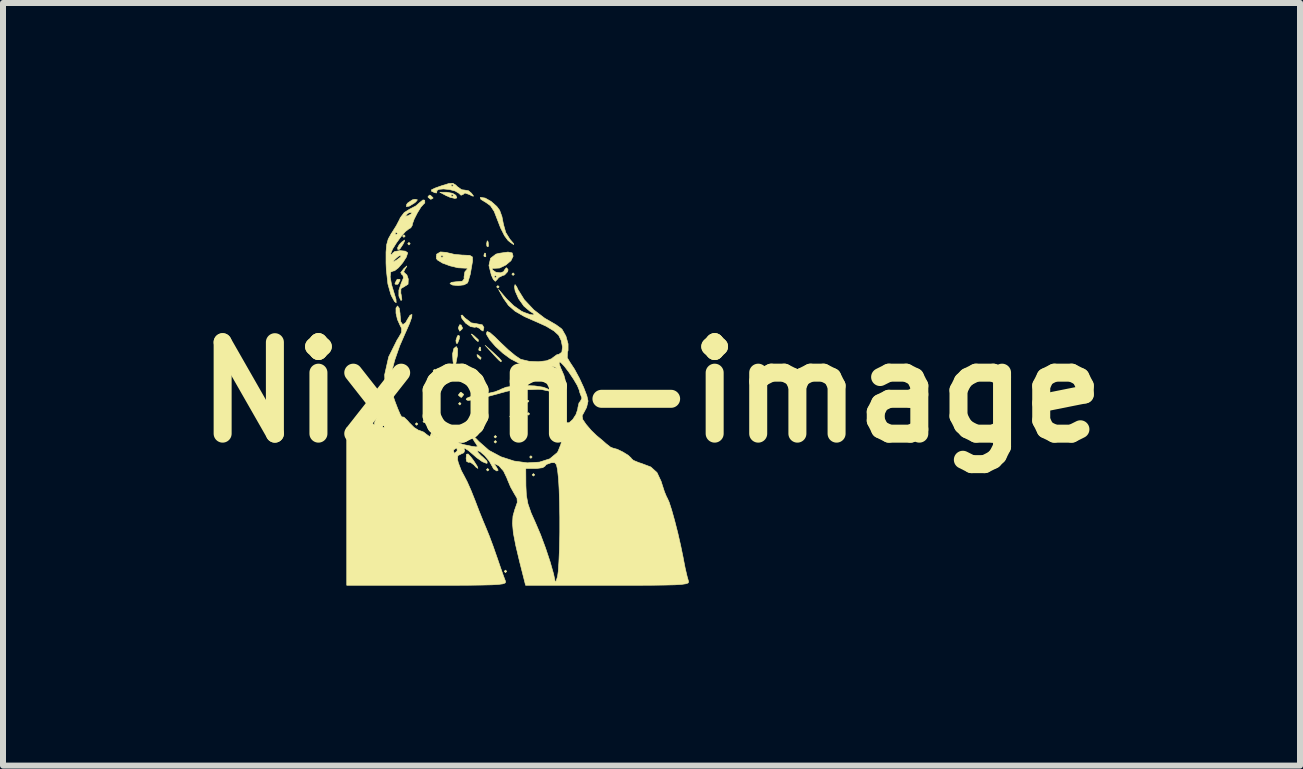
<source format=kicad_pcb>
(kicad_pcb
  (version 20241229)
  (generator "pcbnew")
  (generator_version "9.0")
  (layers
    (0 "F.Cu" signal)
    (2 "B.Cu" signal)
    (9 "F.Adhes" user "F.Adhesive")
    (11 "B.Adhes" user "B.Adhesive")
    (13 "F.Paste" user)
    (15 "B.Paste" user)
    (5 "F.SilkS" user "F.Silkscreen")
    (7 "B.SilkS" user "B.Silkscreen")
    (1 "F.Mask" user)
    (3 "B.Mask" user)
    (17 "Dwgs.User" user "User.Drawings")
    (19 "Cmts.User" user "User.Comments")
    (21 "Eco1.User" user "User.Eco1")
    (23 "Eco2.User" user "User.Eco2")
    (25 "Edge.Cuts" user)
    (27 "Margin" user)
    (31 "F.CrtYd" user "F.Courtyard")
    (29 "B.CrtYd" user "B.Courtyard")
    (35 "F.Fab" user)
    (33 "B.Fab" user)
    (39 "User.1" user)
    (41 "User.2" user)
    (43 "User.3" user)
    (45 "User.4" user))
  (footprint "Nixon-image"
    (layer "F.Cu")
    (at 7.809 3.488)
    (property "Reference" "Nixon-image" (at 0 0 0) (layer "F.SilkS") (effects (font (size 1.524 1.524) (thickness 0.3))))
    (attr through_hole)
    (fp_poly (pts (xy -4.106 -2.603) (xy -4.128 -2.582) (xy -4.149 -2.603) (xy -4.128 -2.625) (xy -4.106 -2.603)) (stroke (width 0.01) (type solid)) (fill yes) (layer "F.SilkS"))
    (fp_poly (pts (xy -4.022 -2.477) (xy -4.043 -2.455) (xy -4.064 -2.477) (xy -4.043 -2.498) (xy -4.022 -2.477)) (stroke (width 0.01) (type solid)) (fill yes) (layer "F.SilkS"))
    (fp_poly (pts (xy -3.895 0.529) (xy -3.916 0.55) (xy -3.937 0.529) (xy -3.916 0.508) (xy -3.895 0.529)) (stroke (width 0.01) (type solid)) (fill yes) (layer "F.SilkS"))
    (fp_poly (pts (xy -3.768 0.487) (xy -3.789 0.508) (xy -3.81 0.487) (xy -3.789 0.466) (xy -3.768 0.487)) (stroke (width 0.01) (type solid)) (fill yes) (layer "F.SilkS"))
    (fp_poly (pts (xy -3.598 -0.36) (xy -3.619 -0.339) (xy -3.641 -0.36) (xy -3.619 -0.381) (xy -3.598 -0.36)) (stroke (width 0.01) (type solid)) (fill yes) (layer "F.SilkS"))
    (fp_poly (pts (xy -3.175 0.191) (xy -3.196 0.212) (xy -3.217 0.191) (xy -3.196 0.169) (xy -3.175 0.191)) (stroke (width 0.01) (type solid)) (fill yes) (layer "F.SilkS"))
    (fp_poly (pts (xy -2.709 1.291) (xy -2.731 1.312) (xy -2.752 1.291) (xy -2.731 1.27) (xy -2.709 1.291)) (stroke (width 0.01) (type solid)) (fill yes) (layer "F.SilkS"))
    (fp_poly (pts (xy -2.582 0.741) (xy -2.603 0.762) (xy -2.625 0.741) (xy -2.603 0.72) (xy -2.582 0.741)) (stroke (width 0.01) (type solid)) (fill yes) (layer "F.SilkS"))
    (fp_poly (pts (xy -2.582 0.826) (xy -2.603 0.847) (xy -2.625 0.826) (xy -2.603 0.804) (xy -2.582 0.826)) (stroke (width 0.01) (type solid)) (fill yes) (layer "F.SilkS"))
    (fp_poly (pts (xy -2.54 -1.757) (xy -2.561 -1.736) (xy -2.582 -1.757) (xy -2.561 -1.778) (xy -2.54 -1.757)) (stroke (width 0.01) (type solid)) (fill yes) (layer "F.SilkS"))
    (fp_poly (pts (xy -2.413 2.985) (xy -2.434 3.006) (xy -2.455 2.985) (xy -2.434 2.963) (xy -2.413 2.985)) (stroke (width 0.01) (type solid)) (fill yes) (layer "F.SilkS"))
    (fp_poly (pts (xy -2.286 -1.968) (xy -2.307 -1.947) (xy -2.328 -1.968) (xy -2.307 -1.99) (xy -2.286 -1.968)) (stroke (width 0.01) (type solid)) (fill yes) (layer "F.SilkS"))
    (fp_poly (pts (xy -2.032 0.36) (xy -2.053 0.381) (xy -2.074 0.36) (xy -2.053 0.339) (xy -2.032 0.36)) (stroke (width 0.01) (type solid)) (fill yes) (layer "F.SilkS"))
    (fp_poly (pts (xy -1.99 1.079) (xy -2.011 1.101) (xy -2.032 1.079) (xy -2.011 1.058) (xy -1.99 1.079)) (stroke (width 0.01) (type solid)) (fill yes) (layer "F.SilkS"))
    (fp_poly (pts (xy -1.947 -0.36) (xy -1.968 -0.339) (xy -1.99 -0.36) (xy -1.968 -0.381) (xy -1.947 -0.36)) (stroke (width 0.01) (type solid)) (fill yes) (layer "F.SilkS"))
    (fp_poly (pts (xy -1.947 1.376) (xy -1.968 1.397) (xy -1.99 1.376) (xy -1.968 1.355) (xy -1.947 1.376)) (stroke (width 0.01) (type solid)) (fill yes) (layer "F.SilkS"))
    (fp_poly (pts (xy -1.82 -0.275) (xy -1.841 -0.254) (xy -1.863 -0.275) (xy -1.841 -0.296) (xy -1.82 -0.275)) (stroke (width 0.01) (type solid)) (fill yes) (layer "F.SilkS"))
    (fp_poly (pts (xy -2.85 -0.748) (xy -2.845 -0.698) (xy -2.85 -0.691) (xy -2.876 -0.697) (xy -2.879 -0.72) (xy -2.863 -0.755) (xy -2.85 -0.748)) (stroke (width 0.01) (type solid)) (fill yes) (layer "F.SilkS"))
    (fp_poly (pts (xy -2.766 -2.314) (xy -2.761 -2.264) (xy -2.766 -2.258) (xy -2.791 -2.264) (xy -2.794 -2.286) (xy -2.779 -2.321) (xy -2.766 -2.314)) (stroke (width 0.01) (type solid)) (fill yes) (layer "F.SilkS"))
    (fp_poly (pts (xy -2.723 -2.506) (xy -2.718 -2.439) (xy -2.726 -2.424) (xy -2.745 -2.437) (xy -2.748 -2.48) (xy -2.738 -2.525) (xy -2.723 -2.506)) (stroke (width 0.01) (type solid)) (fill yes) (layer "F.SilkS"))
    (fp_poly (pts (xy -2.3 0.395) (xy -2.306 0.42) (xy -2.328 0.423) (xy -2.363 0.408) (xy -2.357 0.395) (xy -2.306 0.39) (xy -2.3 0.395)) (stroke (width 0.01) (type solid)) (fill yes) (layer "F.SilkS"))
    (fp_poly (pts (xy -2.173 0.353) (xy -2.168 0.403) (xy -2.173 0.409) (xy -2.198 0.403) (xy -2.201 0.381) (xy -2.186 0.346) (xy -2.173 0.353)) (stroke (width 0.01) (type solid)) (fill yes) (layer "F.SilkS"))
    (fp_poly (pts (xy -2.043 0.144) (xy -2.056 0.163) (xy -2.099 0.166) (xy -2.144 0.156) (xy -2.125 0.14) (xy -2.058 0.135) (xy -2.043 0.144)) (stroke (width 0.01) (type solid)) (fill yes) (layer "F.SilkS"))
    (fp_poly (pts (xy -3.2 -0.937) (xy -3.205 -0.889) (xy -3.233 -0.816) (xy -3.254 -0.817) (xy -3.26 -0.865) (xy -3.236 -0.936) (xy -3.221 -0.95) (xy -3.2 -0.937)) (stroke (width 0.01) (type solid)) (fill yes) (layer "F.SilkS"))
    (fp_poly (pts (xy -3.174 -1.121) (xy -3.15 -1.071) (xy -3.156 -1.055) (xy -3.197 -1.018) (xy -3.217 -1.061) (xy -3.217 -1.082) (xy -3.197 -1.126) (xy -3.174 -1.121)) (stroke (width 0.01) (type solid)) (fill yes) (layer "F.SilkS"))
    (fp_poly (pts (xy -2.885 -0.618) (xy -2.84 -0.575) (xy -2.849 -0.551) (xy -2.855 -0.55) (xy -2.891 -0.58) (xy -2.904 -0.599) (xy -2.909 -0.628) (xy -2.885 -0.618)) (stroke (width 0.01) (type solid)) (fill yes) (layer "F.SilkS"))
    (fp_poly (pts (xy -4.194 -1.882) (xy -4.191 -1.868) (xy -4.222 -1.808) (xy -4.233 -1.799) (xy -4.272 -1.801) (xy -4.276 -1.815) (xy -4.245 -1.875) (xy -4.233 -1.884) (xy -4.194 -1.882)) (stroke (width 0.01) (type solid)) (fill yes) (layer "F.SilkS"))
    (fp_poly (pts (xy -4.119 -2.513) (xy -4.143 -2.466) (xy -4.196 -2.386) (xy -4.227 -2.377) (xy -4.233 -2.408) (xy -4.204 -2.462) (xy -4.163 -2.503) (xy -4.116 -2.537) (xy -4.119 -2.513)) (stroke (width 0.01) (type solid)) (fill yes) (layer "F.SilkS"))
    (fp_poly (pts (xy -3.683 -3.281) (xy -3.643 -3.243) (xy -3.641 -3.236) (xy -3.673 -3.218) (xy -3.683 -3.217) (xy -3.724 -3.25) (xy -3.725 -3.262) (xy -3.699 -3.287) (xy -3.683 -3.281)) (stroke (width 0.01) (type solid)) (fill yes) (layer "F.SilkS"))
    (fp_poly (pts (xy -3.556 0.529) (xy -3.516 0.567) (xy -3.514 0.574) (xy -3.546 0.592) (xy -3.556 0.593) (xy -3.597 0.56) (xy -3.598 0.548) (xy -3.572 0.523) (xy -3.556 0.529)) (stroke (width 0.01) (type solid)) (fill yes) (layer "F.SilkS"))
    (fp_poly (pts (xy -3.27 -0.354) (xy -3.26 -0.339) (xy -3.22 -0.251) (xy -3.245 -0.213) (xy -3.26 -0.212) (xy -3.292 -0.248) (xy -3.301 -0.307) (xy -3.295 -0.369) (xy -3.27 -0.354)) (stroke (width 0.01) (type solid)) (fill yes) (layer "F.SilkS"))
    (fp_poly (pts (xy -3.134 0.032) (xy -3.133 0.042) (xy -3.165 0.083) (xy -3.175 0.085) (xy -3.216 0.052) (xy -3.217 0.042) (xy -3.185 0.001) (xy -3.175 0) (xy -3.134 0.032)) (stroke (width 0.01) (type solid)) (fill yes) (layer "F.SilkS"))
    (fp_poly (pts (xy -2.983 -0.96) (xy -2.953 -0.937) (xy -2.887 -0.875) (xy -2.887 -0.847) (xy -2.895 -0.847) (xy -2.93 -0.876) (xy -2.969 -0.921) (xy -3.005 -0.971) (xy -2.983 -0.96)) (stroke (width 0.01) (type solid)) (fill yes) (layer "F.SilkS"))
    (fp_poly (pts (xy -3.902 -3.207) (xy -3.928 -3.174) (xy -3.956 -3.152) (xy -4.039 -3.102) (xy -4.086 -3.095) (xy -4.081 -3.131) (xy -4.064 -3.154) (xy -3.986 -3.207) (xy -3.942 -3.216) (xy -3.902 -3.207)) (stroke (width 0.01) (type solid)) (fill yes) (layer "F.SilkS"))
    (fp_poly (pts (xy -2.635 -0.659) (xy -2.539 -0.569) (xy -2.5 -0.522) (xy -2.51 -0.508) (xy -2.511 -0.508) (xy -2.545 -0.536) (xy -2.614 -0.608) (xy -2.648 -0.646) (xy -2.773 -0.783) (xy -2.635 -0.659)) (stroke (width 0.01) (type solid)) (fill yes) (layer "F.SilkS"))
    (fp_poly (pts (xy -3.232 -0.725) (xy -3.234 -0.628) (xy -3.237 -0.606) (xy -3.261 -0.481) (xy -3.281 -0.438) (xy -3.3 -0.474) (xy -3.309 -0.517) (xy -3.316 -0.641) (xy -3.294 -0.731) (xy -3.254 -0.762) (xy -3.232 -0.725)) (stroke (width 0.01) (type solid)) (fill yes) (layer "F.SilkS"))
    (fp_poly (pts (xy -3.001 1.092) (xy -2.963 1.143) (xy -2.907 1.231) (xy -2.894 1.269) (xy -2.924 1.25) (xy -2.963 1.207) (xy -3.023 1.165) (xy -3.053 1.167) (xy -3.082 1.152) (xy -3.09 1.103) (xy -3.084 1.033) (xy -3.057 1.028) (xy -3.001 1.092)) (stroke (width 0.01) (type solid)) (fill yes) (layer "F.SilkS"))
    (fp_poly (pts (xy -3.316 -3.316) (xy -3.261 -3.283) (xy -3.245 -3.239) (xy -3.278 -3.231) (xy -3.359 -3.25) (xy -3.428 -3.281) (xy -3.344 -3.281) (xy -3.323 -3.26) (xy -3.302 -3.281) (xy -3.323 -3.302) (xy -3.344 -3.281) (xy -3.428 -3.281) (xy -3.432 -3.283) (xy -3.528 -3.334) (xy -3.416 -3.334) (xy -3.316 -3.316)) (stroke (width 0.01) (type solid)) (fill yes) (layer "F.SilkS"))
    (fp_poly (pts (xy -3.109 -1.237) (xy -3.005 -1.157) (xy -2.919 -1.143) (xy -2.82 -1.124) (xy -2.794 -1.079) (xy -2.808 -1.02) (xy -2.846 -1.042) (xy -2.859 -1.061) (xy -2.917 -1.089) (xy -2.947 -1.083) (xy -3.017 -1.095) (xy -3.099 -1.153) (xy -3.16 -1.23) (xy -3.175 -1.279) (xy -3.156 -1.288) (xy -3.109 -1.237)) (stroke (width 0.01) (type solid)) (fill yes) (layer "F.SilkS"))
    (fp_poly (pts (xy -4.083 -2.092) (xy -4.103 -2.064) (xy -4.131 -2.006) (xy -4.116 -1.99) (xy -4.077 -1.954) (xy -4.054 -1.887) (xy -4.058 -1.801) (xy -4.118 -1.763) (xy -4.177 -1.728) (xy -4.179 -1.652) (xy -4.174 -1.632) (xy -4.161 -1.546) (xy -4.175 -1.528) (xy -4.205 -1.587) (xy -4.211 -1.607) (xy -4.211 -1.7) (xy -4.174 -1.812) (xy -4.173 -1.815) (xy -4.134 -1.907) (xy -4.145 -1.952) (xy -4.16 -1.96) (xy -4.18 -1.994) (xy -4.13 -2.059) (xy -4.079 -2.105) (xy -4.083 -2.092)) (stroke (width 0.01) (type solid)) (fill yes) (layer "F.SilkS"))
    (fp_poly (pts (xy -2.773 -3.237) (xy -2.673 -3.18) (xy -2.579 -3.097) (xy -2.531 -3.032) (xy -2.493 -2.927) (xy -2.468 -2.798) (xy -2.467 -2.795) (xy -2.43 -2.663) (xy -2.362 -2.552) (xy -2.361 -2.551) (xy -2.299 -2.478) (xy -2.298 -2.461) (xy -2.357 -2.502) (xy -2.392 -2.531) (xy -2.45 -2.609) (xy -2.515 -2.738) (xy -2.561 -2.857) (xy -2.622 -3.014) (xy -2.685 -3.11) (xy -2.766 -3.168) (xy -2.772 -3.171) (xy -2.844 -3.215) (xy -2.855 -3.246) (xy -2.849 -3.248) (xy -2.773 -3.237)) (stroke (width 0.01) (type solid)) (fill yes) (layer "F.SilkS"))
    (fp_poly (pts (xy -1.946 -0.106) (xy -1.807 -0.085) (xy -1.743 -0.062) (xy -1.668 -0.018) (xy -1.666 -0.008) (xy -1.733 -0.026) (xy -1.736 -0.026) (xy -1.837 -0.047) (xy -1.894 -0.05) (xy -2.002 -0.045) (xy -2.134 -0.045) (xy -2.218 -0.05) (xy -2.29 -0.043) (xy -2.412 -0.016) (xy -2.504 0.009) (xy -2.768 0.081) (xy -2.953 0.123) (xy -3.06 0.136) (xy -3.09 0.122) (xy -3.077 0.098) (xy -3.027 0.077) (xy -2.924 0.053) (xy -2.755 0.024) (xy -2.731 0.02) (xy -2.609 -0.008) (xy -2.521 -0.043) (xy -2.508 -0.051) (xy -2.423 -0.085) (xy -2.282 -0.105) (xy -2.113 -0.113) (xy -1.946 -0.106)) (stroke (width 0.01) (type solid)) (fill yes) (layer "F.SilkS"))
    (fp_poly (pts (xy -3.262 -3.453) (xy -3.238 -3.428) (xy -3.165 -3.376) (xy -3.114 -3.37) (xy -3.049 -3.358) (xy -3.002 -3.318) (xy -2.966 -3.269) (xy -2.99 -3.272) (xy -3.034 -3.295) (xy -3.111 -3.322) (xy -3.141 -3.297) (xy -3.175 -3.284) (xy -3.213 -3.319) (xy -3.274 -3.355) (xy -3.367 -3.379) (xy -3.467 -3.389) (xy -3.547 -3.382) (xy -3.581 -3.358) (xy -3.577 -3.345) (xy -3.584 -3.321) (xy -3.617 -3.328) (xy -3.668 -3.352) (xy -3.668 -3.374) (xy -3.606 -3.404) (xy -3.496 -3.443) (xy -3.471 -3.45) (xy -3.344 -3.45) (xy -3.323 -3.429) (xy -3.302 -3.45) (xy -3.323 -3.471) (xy -3.344 -3.45) (xy -3.471 -3.45) (xy -3.379 -3.479) (xy -3.311 -3.483) (xy -3.262 -3.453)) (stroke (width 0.01) (type solid)) (fill yes) (layer "F.SilkS"))
    (fp_poly (pts (xy -2.323 -2.323) (xy -2.307 -2.268) (xy -2.343 -2.193) (xy -2.429 -2.121) (xy -2.532 -2.071) (xy -2.62 -2.066) (xy -2.621 -2.067) (xy -2.66 -2.066) (xy -2.65 -2.039) (xy -2.595 -2.001) (xy -2.519 -1.991) (xy -2.463 -2.011) (xy -2.455 -2.032) (xy -2.424 -2.073) (xy -2.414 -2.074) (xy -2.391 -2.043) (xy -2.398 -2.011) (xy -2.45 -1.955) (xy -2.479 -1.947) (xy -2.546 -1.914) (xy -2.573 -1.88) (xy -2.604 -1.849) (xy -2.637 -1.882) (xy -2.657 -1.926) (xy -2.625 -1.926) (xy -2.603 -1.905) (xy -2.582 -1.926) (xy -2.603 -1.947) (xy -2.625 -1.926) (xy -2.657 -1.926) (xy -2.67 -1.954) (xy -2.71 -2.113) (xy -2.683 -2.233) (xy -2.592 -2.303) (xy -2.54 -2.316) (xy -2.444 -2.33) (xy -2.392 -2.337) (xy -2.323 -2.323)) (stroke (width 0.01) (type solid)) (fill yes) (layer "F.SilkS"))
    (fp_poly (pts (xy -3.416 -2.331) (xy -3.398 -2.325) (xy -3.287 -2.299) (xy -3.149 -2.286) (xy -3.133 -2.286) (xy -3.028 -2.281) (xy -2.985 -2.255) (xy -2.983 -2.19) (xy -2.986 -2.17) (xy -3.021 -1.968) (xy -3.058 -1.843) (xy -3.069 -1.82) (xy -3.127 -1.79) (xy -3.223 -1.779) (xy -3.315 -1.787) (xy -3.359 -1.81) (xy -3.337 -1.832) (xy -3.256 -1.842) (xy -3.245 -1.842) (xy -3.153 -1.851) (xy -3.123 -1.89) (xy -3.125 -1.922) (xy -3.111 -2.007) (xy -3.083 -2.04) (xy -3.058 -2.068) (xy -3.111 -2.069) (xy -3.111 -2.069) (xy -3.224 -2.075) (xy -3.358 -2.107) (xy -3.483 -2.153) (xy -3.568 -2.205) (xy -3.586 -2.229) (xy -3.584 -2.265) (xy -3.514 -2.265) (xy -3.493 -2.244) (xy -3.471 -2.265) (xy -3.493 -2.286) (xy -3.514 -2.265) (xy -3.584 -2.265) (xy -3.582 -2.301) (xy -3.518 -2.339) (xy -3.416 -2.331)) (stroke (width 0.01) (type solid)) (fill yes) (layer "F.SilkS"))
    (fp_poly (pts (xy -3.78 -3.201) (xy -3.779 -3.155) (xy -3.795 -3.141) (xy -3.844 -3.086) (xy -3.903 -2.99) (xy -3.956 -2.886) (xy -3.986 -2.804) (xy -3.988 -2.782) (xy -4.013 -2.741) (xy -4.044 -2.724) (xy -4.102 -2.679) (xy -4.177 -2.593) (xy -4.253 -2.488) (xy -4.315 -2.389) (xy -4.345 -2.317) (xy -4.343 -2.297) (xy -4.319 -2.303) (xy -4.318 -2.315) (xy -4.281 -2.346) (xy -4.192 -2.361) (xy -4.191 -2.361) (xy -4.102 -2.352) (xy -4.064 -2.324) (xy -4.064 -2.323) (xy -4.088 -2.251) (xy -4.147 -2.159) (xy -4.219 -2.075) (xy -4.283 -2.025) (xy -4.307 -2.021) (xy -4.348 -2.004) (xy -4.356 -1.922) (xy -4.333 -1.792) (xy -4.297 -1.674) (xy -4.259 -1.549) (xy -4.256 -1.493) (xy -4.283 -1.512) (xy -4.335 -1.608) (xy -4.346 -1.634) (xy -4.394 -1.805) (xy -4.42 -2.042) (xy -4.425 -2.153) (xy -4.425 -2.174) (xy -4.314 -2.174) (xy -4.298 -2.175) (xy -4.246 -2.206) (xy -4.183 -2.254) (xy -4.173 -2.282) (xy -4.213 -2.271) (xy -4.266 -2.226) (xy -4.314 -2.174) (xy -4.425 -2.174) (xy -4.425 -2.337) (xy -4.414 -2.462) (xy -4.388 -2.554) (xy -4.341 -2.639) (xy -4.336 -2.646) (xy -4.276 -2.646) (xy -4.255 -2.625) (xy -4.233 -2.646) (xy -4.255 -2.667) (xy -4.276 -2.646) (xy -4.336 -2.646) (xy -4.328 -2.658) (xy -4.253 -2.778) (xy -4.196 -2.887) (xy -4.188 -2.908) (xy -4.169 -2.933) (xy -4.102 -2.933) (xy -4.06 -2.942) (xy -4.052 -2.945) (xy -4 -2.978) (xy -3.999 -2.997) (xy -4.044 -2.993) (xy -4.075 -2.969) (xy -4.102 -2.933) (xy -4.169 -2.933) (xy -4.121 -2.996) (xy -4.033 -3.051) (xy -3.928 -3.106) (xy -3.863 -3.163) (xy -3.809 -3.206) (xy -3.78 -3.201)) (stroke (width 0.01) (type solid)) (fill yes) (layer "F.SilkS"))
    (fp_poly (pts (xy -2.248 -1.759) (xy -2.225 -1.709) (xy -2.12 -1.541) (xy -1.962 -1.373) (xy -1.779 -1.233) (xy -1.71 -1.194) (xy -1.593 -1.126) (xy -1.505 -1.062) (xy -1.488 -1.044) (xy -1.427 -0.936) (xy -1.391 -0.807) (xy -1.391 -0.697) (xy -1.401 -0.668) (xy -1.405 -0.577) (xy -1.361 -0.502) (xy -1.284 -0.385) (xy -1.203 -0.235) (xy -1.131 -0.079) (xy -1.078 0.058) (xy -1.058 0.147) (xy -1.082 0.251) (xy -1.121 0.325) (xy -1.157 0.392) (xy -1.147 0.453) (xy -1.091 0.535) (xy -1.004 0.637) (xy -0.92 0.718) (xy -0.918 0.72) (xy -0.819 0.802) (xy -0.757 0.857) (xy -0.684 0.914) (xy -0.642 0.931) (xy -0.571 0.95) (xy -0.477 0.996) (xy -0.389 1.05) (xy -0.341 1.095) (xy -0.339 1.102) (xy -0.302 1.135) (xy -0.21 1.173) (xy -0.171 1.185) (xy -0.012 1.245) (xy 0.091 1.338) (xy 0.16 1.485) (xy 0.176 1.536) (xy 0.215 1.657) (xy 0.252 1.746) (xy 0.262 1.762) (xy 0.293 1.831) (xy 0.336 1.964) (xy 0.386 2.142) (xy 0.438 2.346) (xy 0.486 2.557) (xy 0.527 2.755) (xy 0.53 2.773) (xy 0.561 2.932) (xy 0.592 3.065) (xy 0.614 3.143) (xy 0.614 3.143) (xy 0.618 3.164) (xy 0.606 3.18) (xy 0.57 3.192) (xy 0.501 3.202) (xy 0.391 3.209) (xy 0.232 3.213) (xy 0.016 3.216) (xy -0.267 3.217) (xy -0.623 3.217) (xy -0.728 3.217) (xy -2.099 3.217) (xy -2.198 2.826) (xy -2.263 2.553) (xy -2.303 2.345) (xy -2.317 2.187) (xy -2.309 2.062) (xy -2.279 1.955) (xy -2.274 1.941) (xy -2.237 1.836) (xy -2.242 1.765) (xy -2.286 1.691) (xy -2.349 1.579) (xy -2.406 1.443) (xy -2.411 1.428) (xy -2.467 1.312) (xy -2.504 1.27) (xy -2.096 1.27) (xy -2.094 1.556) (xy -2.086 1.719) (xy -2.06 1.86) (xy -2.007 2.012) (xy -1.932 2.18) (xy -1.85 2.372) (xy -1.767 2.595) (xy -1.691 2.823) (xy -1.633 3.027) (xy -1.604 3.164) (xy -1.592 3.152) (xy -1.569 3.079) (xy -1.566 3.069) (xy -1.554 2.982) (xy -1.544 2.829) (xy -1.535 2.629) (xy -1.53 2.404) (xy -1.529 2.328) (xy -1.529 2.08) (xy -1.533 1.836) (xy -1.54 1.62) (xy -1.549 1.459) (xy -1.551 1.436) (xy -1.567 1.287) (xy -1.585 1.206) (xy -1.614 1.173) (xy -1.663 1.173) (xy -1.678 1.176) (xy -1.755 1.204) (xy -1.778 1.233) (xy -1.815 1.257) (xy -1.908 1.269) (xy -1.937 1.27) (xy -2.096 1.27) (xy -2.504 1.27) (xy -2.54 1.229) (xy -2.554 1.22) (xy -2.616 1.191) (xy -2.614 1.209) (xy -2.588 1.242) (xy -2.556 1.299) (xy -2.578 1.312) (xy -2.632 1.278) (xy -2.653 1.238) (xy -2.704 1.147) (xy -2.78 1.055) (xy -2.857 0.989) (xy -2.897 0.974) (xy -2.897 0.997) (xy -2.844 1.054) (xy -2.815 1.078) (xy -2.743 1.148) (xy -2.739 1.181) (xy -2.752 1.184) (xy -2.82 1.157) (xy -2.915 1.089) (xy -2.95 1.058) (xy -3.047 0.974) (xy -3.11 0.933) (xy -3.128 0.942) (xy -3.114 0.969) (xy -3.129 1.008) (xy -3.174 1.028) (xy -3.228 1.056) (xy -3.234 1.118) (xy -3.22 1.176) (xy -3.171 1.305) (xy -3.119 1.402) (xy -3.072 1.492) (xy -3.01 1.632) (xy -2.946 1.792) (xy -2.943 1.799) (xy -2.876 1.974) (xy -2.808 2.143) (xy -2.757 2.265) (xy -2.706 2.39) (xy -2.642 2.561) (xy -2.579 2.741) (xy -2.575 2.752) (xy -2.52 2.913) (xy -2.472 3.049) (xy -2.44 3.135) (xy -2.436 3.143) (xy -2.432 3.164) (xy -2.443 3.18) (xy -2.479 3.193) (xy -2.548 3.202) (xy -2.658 3.209) (xy -2.819 3.213) (xy -3.037 3.216) (xy -3.322 3.217) (xy -3.682 3.217) (xy -3.742 3.217) (xy -5.08 3.217) (xy -5.08 0.974) (xy -3.302 0.974) (xy -3.288 1.015) (xy -3.283 1.016) (xy -3.247 0.986) (xy -3.239 0.974) (xy -3.242 0.935) (xy -3.257 0.931) (xy -3.3 0.962) (xy -3.302 0.974) (xy -5.08 0.974) (xy -5.08 0.594) (xy -4.972 0.572) (xy -4.487 0.572) (xy -4.466 0.593) (xy -4.445 0.572) (xy -4.466 0.55) (xy -4.487 0.572) (xy -4.972 0.572) (xy -4.964 0.57) (xy -4.845 0.535) (xy -4.767 0.502) (xy -4.691 0.481) (xy -4.652 0.515) (xy -4.623 0.544) (xy -4.615 0.499) (xy -4.585 0.423) (xy -4.514 0.334) (xy -4.505 0.326) (xy -4.443 0.26) (xy -4.417 0.197) (xy -4.42 0.104) (xy -4.437 0.003) (xy -4.448 -0.292) (xy -4.381 -0.59) (xy -4.239 -0.875) (xy -4.219 -0.905) (xy -4.166 -0.997) (xy -4.165 -1.064) (xy -4.191 -1.116) (xy -4.235 -1.214) (xy -4.259 -1.319) (xy -4.259 -1.404) (xy -4.233 -1.439) (xy -4.233 -1.439) (xy -4.205 -1.402) (xy -4.191 -1.311) (xy -4.191 -1.294) (xy -4.179 -1.174) (xy -4.146 -1.127) (xy -4.099 -1.159) (xy -4.069 -1.213) (xy -4.025 -1.284) (xy -3.993 -1.297) (xy -3.997 -1.25) (xy -4.033 -1.148) (xy -4.092 -1.014) (xy -4.096 -1.006) (xy -4.197 -0.775) (xy -4.279 -0.54) (xy -4.335 -0.327) (xy -4.358 -0.16) (xy -4.359 -0.142) (xy -4.346 -0.071) (xy -4.316 0.036) (xy -4.274 0.158) (xy -4.229 0.275) (xy -4.189 0.368) (xy -4.16 0.417) (xy -4.15 0.41) (xy -4.126 0.416) (xy -4.066 0.473) (xy -4.039 0.505) (xy -3.956 0.588) (xy -3.886 0.632) (xy -3.873 0.635) (xy -3.799 0.663) (xy -3.75 0.702) (xy -3.697 0.74) (xy -3.683 0.714) (xy -3.671 0.682) (xy -3.632 0.711) (xy -3.569 0.756) (xy -3.529 0.756) (xy -3.536 0.713) (xy -3.54 0.707) (xy -3.545 0.691) (xy -3.507 0.728) (xy -3.436 0.787) (xy -3.381 0.806) (xy -3.363 0.785) (xy -3.392 0.733) (xy -3.423 0.686) (xy -3.397 0.693) (xy -3.352 0.702) (xy -3.352 0.661) (xy -3.397 0.593) (xy -3.428 0.555) (xy -3.4 0.572) (xy -3.376 0.59) (xy -3.32 0.663) (xy -3.312 0.715) (xy -3.295 0.767) (xy -3.267 0.772) (xy -3.231 0.784) (xy -3.237 0.802) (xy -3.221 0.839) (xy -3.145 0.869) (xy -3 0.9) (xy -2.923 0.911) (xy -2.901 0.902) (xy -2.917 0.869) (xy -2.943 0.833) (xy -2.998 0.742) (xy -3 0.711) (xy -2.954 0.742) (xy -2.874 0.824) (xy -2.71 0.968) (xy -2.51 1.075) (xy -2.292 1.146) (xy -2.072 1.176) (xy -1.868 1.164) (xy -1.696 1.109) (xy -1.573 1.007) (xy -1.557 0.982) (xy -1.51 0.864) (xy -1.478 0.713) (xy -1.473 0.666) (xy -1.459 0.554) (xy -1.435 0.505) (xy -1.423 0.508) (xy -1.374 0.508) (xy -1.313 0.454) (xy -1.259 0.37) (xy -1.229 0.28) (xy -1.228 0.26) (xy -1.209 0.178) (xy -1.185 0.148) (xy -1.16 0.097) (xy -1.166 0.082) (xy -1.194 0.009) (xy -1.205 -0.036) (xy -1.236 -0.112) (xy -1.299 -0.219) (xy -1.377 -0.335) (xy -1.454 -0.436) (xy -1.514 -0.498) (xy -1.533 -0.508) (xy -1.54 -0.476) (xy -1.511 -0.397) (xy -1.504 -0.383) (xy -1.46 -0.282) (xy -1.44 -0.206) (xy -1.448 -0.174) (xy -1.471 -0.187) (xy -1.507 -0.251) (xy -1.508 -0.258) (xy -1.523 -0.329) (xy -1.545 -0.325) (xy -1.565 -0.297) (xy -1.574 -0.231) (xy -1.519 -0.142) (xy -1.49 -0.11) (xy -1.444 -0.055) (xy -1.453 -0.053) (xy -1.522 -0.105) (xy -1.577 -0.15) (xy -1.704 -0.256) (xy -1.765 -0.314) (xy -1.762 -0.328) (xy -1.699 -0.299) (xy -1.683 -0.291) (xy -1.618 -0.259) (xy -1.618 -0.276) (xy -1.651 -0.318) (xy -1.691 -0.374) (xy -1.672 -0.38) (xy -1.637 -0.368) (xy -1.579 -0.361) (xy -1.577 -0.392) (xy -1.604 -0.419) (xy -1.669 -0.434) (xy -1.788 -0.437) (xy -1.975 -0.429) (xy -2.001 -0.428) (xy -2.052 -0.407) (xy -2.054 -0.34) (xy -2.048 -0.311) (xy -2.037 -0.234) (xy -2.065 -0.227) (xy -2.068 -0.229) (xy -2.106 -0.291) (xy -2.117 -0.358) (xy -2.145 -0.445) (xy -2.241 -0.501) (xy -2.352 -0.559) (xy -2.478 -0.652) (xy -2.599 -0.763) (xy -2.695 -0.873) (xy -2.748 -0.961) (xy -2.752 -0.984) (xy -2.739 -1.013) (xy -2.695 -0.995) (xy -2.611 -0.922) (xy -2.516 -0.828) (xy -2.389 -0.708) (xy -2.271 -0.61) (xy -2.184 -0.552) (xy -2.174 -0.548) (xy -2.039 -0.516) (xy -1.887 -0.509) (xy -1.751 -0.525) (xy -1.66 -0.562) (xy -1.651 -0.572) (xy -1.579 -0.625) (xy -1.54 -0.635) (xy -1.495 -0.669) (xy -1.484 -0.754) (xy -1.505 -0.862) (xy -1.548 -0.951) (xy -1.625 -1.022) (xy -1.758 -1.102) (xy -1.895 -1.164) (xy -2.116 -1.261) (xy -2.273 -1.351) (xy -2.384 -1.448) (xy -2.467 -1.566) (xy -2.471 -1.573) (xy -2.55 -1.714) (xy -2.414 -1.555) (xy -2.299 -1.443) (xy -2.171 -1.353) (xy -2.127 -1.332) (xy -2.021 -1.295) (xy -1.962 -1.288) (xy -1.963 -1.31) (xy -2.031 -1.354) (xy -2.127 -1.436) (xy -2.215 -1.559) (xy -2.273 -1.689) (xy -2.284 -1.757) (xy -2.275 -1.795) (xy -2.248 -1.759)) (stroke (width 0.01) (type solid)) (fill yes) (layer "F.SilkS")))
  (gr_rect
    (start -3 -3)
    (end 18.617 9.71)
    (stroke (width 0.1) (type default))
    (fill no)
    (layer "Edge.Cuts")))
</source>
